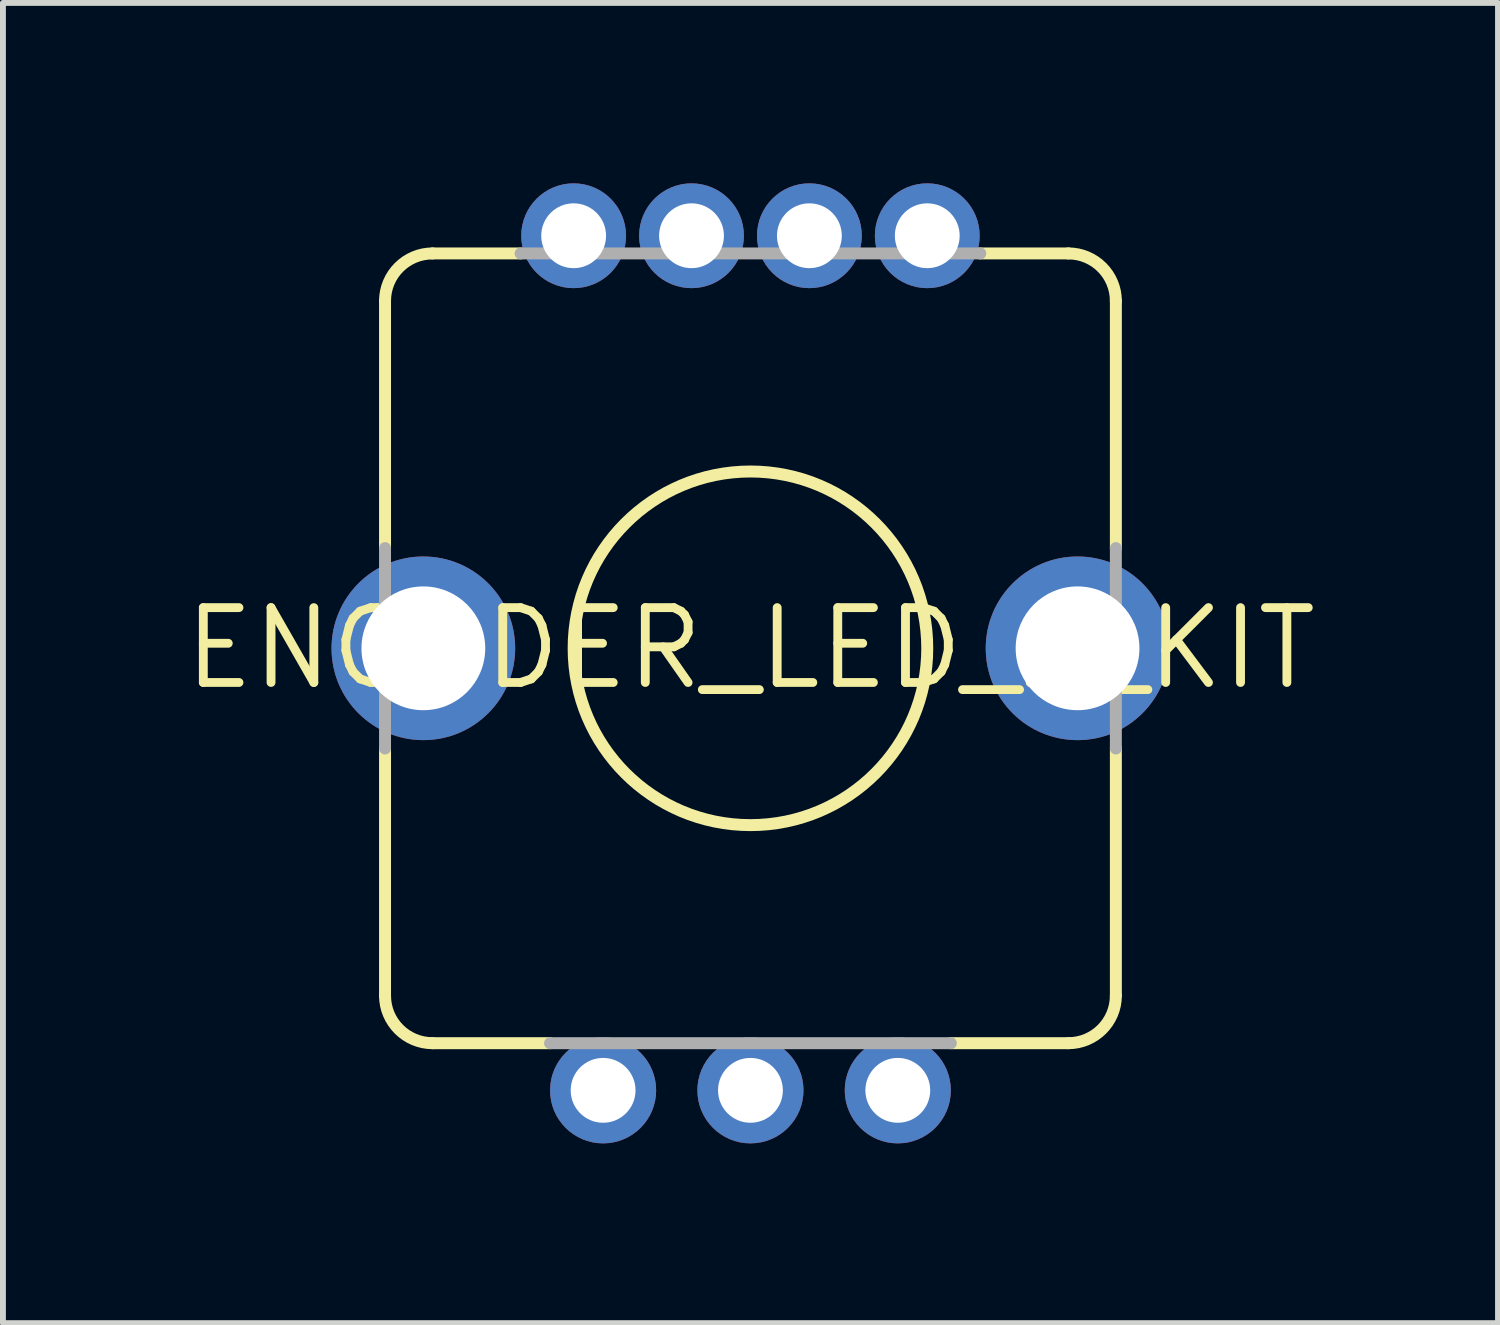
<source format=kicad_pcb>
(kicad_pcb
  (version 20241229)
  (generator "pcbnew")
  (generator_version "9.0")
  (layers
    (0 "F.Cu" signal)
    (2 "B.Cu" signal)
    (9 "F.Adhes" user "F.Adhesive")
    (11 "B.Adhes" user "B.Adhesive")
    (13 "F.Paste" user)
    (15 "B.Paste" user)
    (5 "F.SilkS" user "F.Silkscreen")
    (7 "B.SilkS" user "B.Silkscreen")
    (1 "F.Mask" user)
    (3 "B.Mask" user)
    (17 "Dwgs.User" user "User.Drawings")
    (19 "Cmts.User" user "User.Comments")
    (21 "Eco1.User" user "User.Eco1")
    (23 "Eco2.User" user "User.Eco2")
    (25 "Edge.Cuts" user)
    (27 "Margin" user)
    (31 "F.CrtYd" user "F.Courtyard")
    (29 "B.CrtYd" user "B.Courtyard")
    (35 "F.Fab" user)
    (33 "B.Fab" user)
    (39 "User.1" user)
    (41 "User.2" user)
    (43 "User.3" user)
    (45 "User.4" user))
  (footprint "ENCODER_LED_2_KIT"
    (layer "F.Cu")
    (at 9.683 7.95)
    (property "Reference" "ENCODER_LED_2_KIT" (at 0 0 0) (layer "F.SilkS") (effects (font (size 1.27 1.27) (thickness 0.15))))
    (attr through_hole)
    (fp_poly (pts (xy -3 -7.55) (xy -3.17 -7.523) (xy -3.323 -7.445) (xy -3.445 -7.323) (xy -3.55 -7) (xy -3.55 -6.95) (xy -3.526 -6.795) (xy -3.455 -6.656) (xy -3.344 -6.545) (xy -3.05 -6.45) (xy -3 -6.45) (xy -2.83 -6.477) (xy -2.677 -6.555) (xy -2.555 -6.677) (xy -2.45 -7) (xy -2.477 -7.17) (xy -2.555 -7.323) (xy -2.677 -7.445)) (stroke (width 0) (type solid)) (fill yes) (layer "F.Mask"))
    (fp_poly (pts (xy -2.5 6.95) (xy -2.67 6.977) (xy -2.823 7.055) (xy -2.945 7.177) (xy -3.05 7.5) (xy -3.05 7.55) (xy -3.026 7.705) (xy -2.955 7.844) (xy -2.844 7.955) (xy -2.55 8.05) (xy -2.5 8.05) (xy -2.33 8.023) (xy -2.177 7.945) (xy -2.055 7.823) (xy -1.95 7.5) (xy -1.977 7.33) (xy -2.055 7.177) (xy -2.177 7.055)) (stroke (width 0) (type solid)) (fill yes) (layer "F.Mask"))
    (fp_poly (pts (xy -1 -7.55) (xy -1.17 -7.523) (xy -1.323 -7.445) (xy -1.445 -7.323) (xy -1.55 -7) (xy -1.55 -6.95) (xy -1.526 -6.795) (xy -1.455 -6.656) (xy -1.344 -6.545) (xy -1.05 -6.45) (xy -1 -6.45) (xy -0.83 -6.477) (xy -0.677 -6.555) (xy -0.555 -6.677) (xy -0.45 -7) (xy -0.477 -7.17) (xy -0.555 -7.323) (xy -0.677 -7.445)) (stroke (width 0) (type solid)) (fill yes) (layer "F.Mask"))
    (fp_poly (pts (xy 1 -7.55) (xy 0.83 -7.523) (xy 0.677 -7.445) (xy 0.555 -7.323) (xy 0.45 -7) (xy 0.45 -6.95) (xy 0.474 -6.795) (xy 0.545 -6.656) (xy 0.656 -6.545) (xy 0.95 -6.45) (xy 1 -6.45) (xy 1.17 -6.477) (xy 1.323 -6.555) (xy 1.445 -6.677) (xy 1.55 -7) (xy 1.523 -7.17) (xy 1.445 -7.323) (xy 1.323 -7.445)) (stroke (width 0) (type solid)) (fill yes) (layer "F.Mask"))
    (fp_poly (pts (xy 2.55 6.95) (xy 2.38 6.977) (xy 2.227 7.055) (xy 2.105 7.177) (xy 2 7.5) (xy 2 7.55) (xy 2.024 7.705) (xy 2.095 7.844) (xy 2.206 7.955) (xy 2.5 8.05) (xy 2.55 8.05) (xy 2.72 8.023) (xy 2.873 7.945) (xy 2.995 7.823) (xy 3.1 7.5) (xy 3.073 7.33) (xy 2.995 7.177) (xy 2.873 7.055)) (stroke (width 0) (type solid)) (fill yes) (layer "F.Mask"))
    (fp_poly (pts (xy 3 -7.55) (xy 2.83 -7.523) (xy 2.677 -7.445) (xy 2.555 -7.323) (xy 2.45 -7) (xy 2.45 -6.95) (xy 2.474 -6.795) (xy 2.545 -6.656) (xy 2.656 -6.545) (xy 2.95 -6.45) (xy 3 -6.45) (xy 3.17 -6.477) (xy 3.323 -6.555) (xy 3.445 -6.677) (xy 3.55 -7) (xy 3.523 -7.17) (xy 3.445 -7.323) (xy 3.323 -7.445)) (stroke (width 0) (type solid)) (fill yes) (layer "F.Mask"))
    (fp_poly (pts (xy 0 6.95) (xy -0.17 6.977) (xy -0.323 7.055) (xy -0.445 7.177) (xy -0.55 7.5) (xy -0.55 7.55) (xy -0.55 7.55) (xy -0.526 7.705) (xy -0.455 7.844) (xy -0.344 7.955) (xy -0.205 8.026) (xy -0.05 8.05) (xy 0 8.05) (xy 0.17 8.023) (xy 0.323 7.945) (xy 0.445 7.823) (xy 0.55 7.5) (xy 0.523 7.33) (xy 0.445 7.177) (xy 0.323 7.055)) (stroke (width 0) (type solid)) (fill yes) (layer "F.Mask"))
    (fp_poly (pts (xy -5.55 -1) (xy -5.773 -0.975) (xy -5.984 -0.901) (xy -6.173 -0.782) (xy -6.332 -0.623) (xy -6.451 -0.434) (xy -6.55 0) (xy -6.525 0.223) (xy -6.451 0.434) (xy -6.332 0.623) (xy -6.173 0.782) (xy -5.984 0.901) (xy -5.55 1) (xy -5.327 0.975) (xy -5.116 0.901) (xy -4.927 0.782) (xy -4.768 0.623) (xy -4.649 0.434) (xy -4.55 0) (xy -4.575 -0.223) (xy -4.649 -0.434) (xy -4.768 -0.623) (xy -4.927 -0.782) (xy -5.116 -0.901)) (stroke (width 0) (type solid)) (fill yes) (layer "F.Mask"))
    (fp_poly (pts (xy 5.55 -1) (xy 5.327 -0.975) (xy 5.116 -0.901) (xy 4.927 -0.782) (xy 4.768 -0.623) (xy 4.649 -0.434) (xy 4.55 0) (xy 4.575 0.223) (xy 4.649 0.434) (xy 4.768 0.623) (xy 4.927 0.782) (xy 5.116 0.901) (xy 5.55 1) (xy 5.773 0.975) (xy 5.984 0.901) (xy 6.173 0.782) (xy 6.332 0.623) (xy 6.451 0.434) (xy 6.55 0) (xy 6.525 -0.223) (xy 6.451 -0.434) (xy 6.332 -0.623) (xy 6.173 -0.782) (xy 5.984 -0.901)) (stroke (width 0) (type solid)) (fill yes) (layer "F.Mask"))
    (fp_poly (pts (xy -2.05 -7) (xy -2.074 -7.211) (xy -2.144 -7.412) (xy -2.257 -7.592) (xy -2.408 -7.743) (xy -2.588 -7.856) (xy -3 -7.95) (xy -3.211 -7.926) (xy -3.412 -7.856) (xy -3.592 -7.743) (xy -3.743 -7.592) (xy -3.856 -7.412) (xy -3.95 -7) (xy -3.926 -6.789) (xy -3.856 -6.588) (xy -3.743 -6.408) (xy -3.592 -6.257) (xy -3.412 -6.144) (xy -3 -6.05) (xy -2.789 -6.074) (xy -2.588 -6.144) (xy -2.408 -6.257) (xy -2.257 -6.408) (xy -2.144 -6.588)) (stroke (width 0) (type solid)) (fill yes) (layer "B.Mask"))
    (fp_poly (pts (xy -1.55 7.5) (xy -1.574 7.289) (xy -1.644 7.088) (xy -1.757 6.908) (xy -1.908 6.757) (xy -2.088 6.644) (xy -2.5 6.55) (xy -2.711 6.574) (xy -2.912 6.644) (xy -3.092 6.757) (xy -3.243 6.908) (xy -3.356 7.088) (xy -3.45 7.5) (xy -3.426 7.711) (xy -3.356 7.912) (xy -3.243 8.092) (xy -3.092 8.243) (xy -2.912 8.356) (xy -2.5 8.45) (xy -2.289 8.426) (xy -2.088 8.356) (xy -1.908 8.243) (xy -1.757 8.092) (xy -1.644 7.912)) (stroke (width 0) (type solid)) (fill yes) (layer "B.Mask"))
    (fp_poly (pts (xy -0.05 -7) (xy -0.074 -7.211) (xy -0.144 -7.412) (xy -0.257 -7.592) (xy -0.408 -7.743) (xy -0.588 -7.856) (xy -1 -7.95) (xy -1.211 -7.926) (xy -1.412 -7.856) (xy -1.592 -7.743) (xy -1.743 -7.592) (xy -1.856 -7.412) (xy -1.95 -7) (xy -1.926 -6.789) (xy -1.856 -6.588) (xy -1.743 -6.408) (xy -1.592 -6.257) (xy -1.412 -6.144) (xy -1 -6.05) (xy -0.789 -6.074) (xy -0.588 -6.144) (xy -0.408 -6.257) (xy -0.257 -6.408) (xy -0.144 -6.588)) (stroke (width 0) (type solid)) (fill yes) (layer "B.Mask"))
    (fp_poly (pts (xy 0.95 7.5) (xy 0.926 7.289) (xy 0.856 7.088) (xy 0.743 6.908) (xy 0.592 6.757) (xy 0.412 6.644) (xy 0 6.55) (xy -0.211 6.574) (xy -0.412 6.644) (xy -0.592 6.757) (xy -0.743 6.908) (xy -0.856 7.088) (xy -0.95 7.5) (xy -0.926 7.711) (xy -0.856 7.912) (xy -0.743 8.092) (xy -0.592 8.243) (xy -0.412 8.356) (xy 0 8.45) (xy 0.211 8.426) (xy 0.412 8.356) (xy 0.592 8.243) (xy 0.743 8.092) (xy 0.856 7.912)) (stroke (width 0) (type solid)) (fill yes) (layer "B.Mask"))
    (fp_poly (pts (xy 1.95 -7) (xy 1.926 -7.211) (xy 1.856 -7.412) (xy 1.743 -7.592) (xy 1.592 -7.743) (xy 1.412 -7.856) (xy 1 -7.95) (xy 0.789 -7.926) (xy 0.588 -7.856) (xy 0.408 -7.743) (xy 0.257 -7.592) (xy 0.144 -7.412) (xy 0.05 -7) (xy 0.074 -6.789) (xy 0.144 -6.588) (xy 0.257 -6.408) (xy 0.408 -6.257) (xy 0.588 -6.144) (xy 1 -6.05) (xy 1.211 -6.074) (xy 1.412 -6.144) (xy 1.592 -6.257) (xy 1.743 -6.408) (xy 1.856 -6.588)) (stroke (width 0) (type solid)) (fill yes) (layer "B.Mask"))
    (fp_poly (pts (xy 3.45 7.5) (xy 3.426 7.289) (xy 3.356 7.088) (xy 3.243 6.908) (xy 3.092 6.757) (xy 2.912 6.644) (xy 2.5 6.55) (xy 2.289 6.574) (xy 2.088 6.644) (xy 1.908 6.757) (xy 1.757 6.908) (xy 1.644 7.088) (xy 1.55 7.5) (xy 1.574 7.711) (xy 1.644 7.912) (xy 1.757 8.092) (xy 1.908 8.243) (xy 2.088 8.356) (xy 2.5 8.45) (xy 2.711 8.426) (xy 2.912 8.356) (xy 3.092 8.243) (xy 3.243 8.092) (xy 3.356 7.912)) (stroke (width 0) (type solid)) (fill yes) (layer "B.Mask"))
    (fp_poly (pts (xy 3.95 -7) (xy 3.926 -7.211) (xy 3.856 -7.412) (xy 3.743 -7.592) (xy 3.592 -7.743) (xy 3.412 -7.856) (xy 3 -7.95) (xy 2.789 -7.926) (xy 2.588 -7.856) (xy 2.408 -7.743) (xy 2.257 -7.592) (xy 2.144 -7.412) (xy 2.05 -7) (xy 2.074 -6.789) (xy 2.144 -6.588) (xy 2.257 -6.408) (xy 2.408 -6.257) (xy 2.588 -6.144) (xy 3 -6.05) (xy 3.211 -6.074) (xy 3.412 -6.144) (xy 3.592 -6.257) (xy 3.743 -6.408) (xy 3.856 -6.588)) (stroke (width 0) (type solid)) (fill yes) (layer "B.Mask"))
    (fp_poly (pts (xy -7.1 0) (xy -7.076 -0.269) (xy -7.007 -0.53) (xy -6.892 -0.775) (xy -6.737 -0.996) (xy -6.546 -1.187) (xy -6.325 -1.342) (xy -6.08 -1.457) (xy -5.819 -1.526) (xy -5.55 -1.55) (xy -5.281 -1.526) (xy -5.02 -1.457) (xy -4.775 -1.342) (xy -4.554 -1.187) (xy -4.363 -0.996) (xy -4.208 -0.775) (xy -4.093 -0.53) (xy -4 0) (xy -4.024 0.269) (xy -4.093 0.53) (xy -4.208 0.775) (xy -4.363 0.996) (xy -4.554 1.187) (xy -4.775 1.342) (xy -5.02 1.457) (xy -5.281 1.526) (xy -5.55 1.55) (xy -5.819 1.526) (xy -6.08 1.457) (xy -6.325 1.342) (xy -6.546 1.187) (xy -6.737 0.996) (xy -6.892 0.775) (xy -7.007 0.53) (xy -7.076 0.269)) (stroke (width 0) (type solid)) (fill yes) (layer "B.Mask"))
    (fp_poly (pts (xy 4 0) (xy 4.024 -0.269) (xy 4.093 -0.53) (xy 4.208 -0.775) (xy 4.363 -0.996) (xy 4.554 -1.187) (xy 4.775 -1.342) (xy 5.02 -1.457) (xy 5.281 -1.526) (xy 5.55 -1.55) (xy 5.819 -1.526) (xy 6.08 -1.457) (xy 6.325 -1.342) (xy 6.546 -1.187) (xy 6.737 -0.996) (xy 6.892 -0.775) (xy 7.007 -0.53) (xy 7.1 0) (xy 7.076 0.269) (xy 7.007 0.53) (xy 6.892 0.775) (xy 6.737 0.996) (xy 6.546 1.187) (xy 6.325 1.342) (xy 6.08 1.457) (xy 5.819 1.526) (xy 5.55 1.55) (xy 5.281 1.526) (xy 5.02 1.457) (xy 4.775 1.342) (xy 4.554 1.187) (xy 4.363 0.996) (xy 4.208 0.775) (xy 4.093 0.53) (xy 4.024 0.269)) (stroke (width 0) (type solid)) (fill yes) (layer "B.Mask"))
    (fp_line (start -6.2 -1.7) (end -6.2 -5.894) (stroke (width 0.203) (type solid)) (layer "F.SilkS"))
    (fp_line (start -6.2 1.7) (end -6.2 5.894) (stroke (width 0.203) (type solid)) (layer "F.SilkS"))
    (fp_line (start -5.394 -6.7) (end -3.9 -6.7) (stroke (width 0.203) (type solid)) (layer "F.SilkS"))
    (fp_line (start -5.394 6.7) (end -3.4 6.7) (stroke (width 0.203) (type solid)) (layer "F.SilkS"))
    (fp_line (start 5.394 -6.7) (end 3.9 -6.7) (stroke (width 0.203) (type solid)) (layer "F.SilkS"))
    (fp_line (start 5.394 6.7) (end 3.4 6.7) (stroke (width 0.203) (type solid)) (layer "F.SilkS"))
    (fp_line (start 6.2 -1.7) (end 6.2 -5.894) (stroke (width 0.203) (type solid)) (layer "F.SilkS"))
    (fp_line (start 6.2 1.7) (end 6.2 5.894) (stroke (width 0.203) (type solid)) (layer "F.SilkS"))
    (fp_arc (start -6.2 -5.8938) (mid -5.963869 -6.463869) (end -5.3938 -6.7) (stroke (width 0.2032) (type solid)) (layer "F.SilkS"))
    (fp_arc (start -5.3938 6.7) (mid -5.963869 6.463869) (end -6.2 5.8938) (stroke (width 0.2032) (type solid)) (layer "F.SilkS"))
    (fp_arc (start 5.3938 -6.7) (mid 5.963869 -6.463869) (end 6.2 -5.8938) (stroke (width 0.2032) (type solid)) (layer "F.SilkS"))
    (fp_arc (start 6.2 5.8938) (mid 5.963869 6.463869) (end 5.3938 6.7) (stroke (width 0.2032) (type solid)) (layer "F.SilkS"))
    (fp_circle (center 0 0) (end 3 0) (stroke (width 0.203) (type solid)) (fill no) (layer "F.SilkS"))
    (fp_line (start -6.2 1.7) (end -6.2 -1.7) (stroke (width 0.203) (type solid)) (layer "F.Fab"))
    (fp_line (start -3.9 -6.7) (end 3.9 -6.7) (stroke (width 0.203) (type solid)) (layer "F.Fab"))
    (fp_line (start 3.4 6.7) (end -3.4 6.7) (stroke (width 0.203) (type solid)) (layer "F.Fab"))
    (fp_line (start 6.2 -1.7) (end 6.2 1.7) (stroke (width 0.203) (type solid)) (layer "F.Fab"))
    (pad "+G" thru_hole circle (at 1 -7) (size 1.778 1.778) (drill 1.1) (layers "*.Cu" "*.Mask"))
    (pad "+R" thru_hole circle (at -1 -7) (size 1.778 1.778) (drill 1.1) (layers "*.Cu" "*.Mask"))
    (pad "A" thru_hole circle (at -2.5 7.5) (size 1.8 1.8) (drill 1.1) (layers "*.Cu" "*.Mask"))
    (pad "B" thru_hole circle (at 2.5 7.5) (size 1.8 1.8) (drill 1.1) (layers "*.Cu" "*.Mask"))
    (pad "C" thru_hole circle (at 0 7.5) (size 1.8 1.8) (drill 1.1) (layers "*.Cu" "*.Mask"))
    (pad "GND" thru_hole circle (at 3 -7) (size 1.778 1.778) (drill 1.1) (layers "*.Cu" "*.Mask"))
    (pad "P$1" thru_hole circle (at -5.55 0) (size 3.116 3.116) (drill 2.1) (layers "*.Cu" "*.Mask"))
    (pad "P$2" thru_hole circle (at 5.55 0) (size 3.116 3.116) (drill 2.1) (layers "*.Cu" "*.Mask"))
    (pad "SW" thru_hole circle (at -3 -7) (size 1.778 1.778) (drill 1.1) (layers "*.Cu" "*.Mask")))
  (gr_rect
    (start -3 -3)
    (end 22.367 19.4)
    (stroke (width 0.1) (type default))
    (fill no)
    (layer "Edge.Cuts")))
</source>
